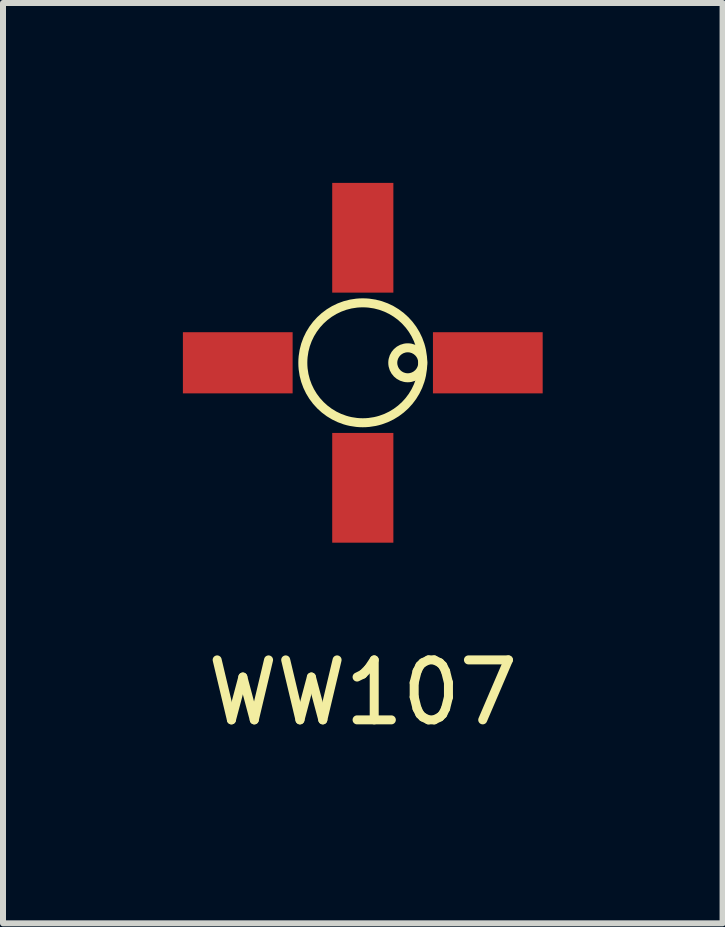
<source format=kicad_pcb>
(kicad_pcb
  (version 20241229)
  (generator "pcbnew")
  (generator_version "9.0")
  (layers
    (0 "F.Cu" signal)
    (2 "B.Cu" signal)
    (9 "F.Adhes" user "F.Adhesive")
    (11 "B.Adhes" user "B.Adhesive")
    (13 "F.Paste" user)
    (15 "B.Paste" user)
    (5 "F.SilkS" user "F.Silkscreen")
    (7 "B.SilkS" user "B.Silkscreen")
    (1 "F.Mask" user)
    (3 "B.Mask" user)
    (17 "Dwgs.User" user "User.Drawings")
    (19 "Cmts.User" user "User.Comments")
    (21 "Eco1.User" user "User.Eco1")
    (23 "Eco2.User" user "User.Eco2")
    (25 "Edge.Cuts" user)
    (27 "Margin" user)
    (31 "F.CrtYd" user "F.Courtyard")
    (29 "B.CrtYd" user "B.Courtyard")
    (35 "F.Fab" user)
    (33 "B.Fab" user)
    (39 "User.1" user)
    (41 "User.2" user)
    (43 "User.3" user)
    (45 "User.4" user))
  (footprint "WW107"
    (layer "F.Cu")
    (at 3 3)
    (property "Reference" "WW107" (at 0 5.5 0) (layer "F.SilkS") (effects (font (size 1 1) (thickness 0.15))))
    (attr through_hole)
    (fp_circle (center 0 0) (end 0 -1) (stroke (width 0.15) (type solid)) (fill no) (layer "F.SilkS"))
    (fp_circle (center 0.75 0) (end 0.75 -0.25) (stroke (width 0.15) (type solid)) (fill no) (layer "F.SilkS"))
    (pad "GND" smd rect (at 0 -3) (size 1.02 1.83) (drill (offset 0 0.915)) (layers "F.Cu" "F.Mask" "F.Paste"))
    (pad "GND" smd rect (at 0 3 180) (size 1.02 1.83) (drill (offset 0 0.915)) (layers "F.Cu" "F.Mask" "F.Paste"))
    (pad "RF_IN" smd rect (at 3 0 270) (size 1.02 1.83) (drill (offset 0 0.915)) (layers "F.Cu" "F.Mask" "F.Paste"))
    (pad "RF_OUT" smd rect (at -3 0 90) (size 1.02 1.83) (drill (offset 0 0.915)) (layers "F.Cu" "F.Mask" "F.Paste")))
  (gr_rect
    (start -3 -3)
    (end 9 12.348)
    (stroke (width 0.1) (type default))
    (fill no)
    (layer "Edge.Cuts")))
</source>
